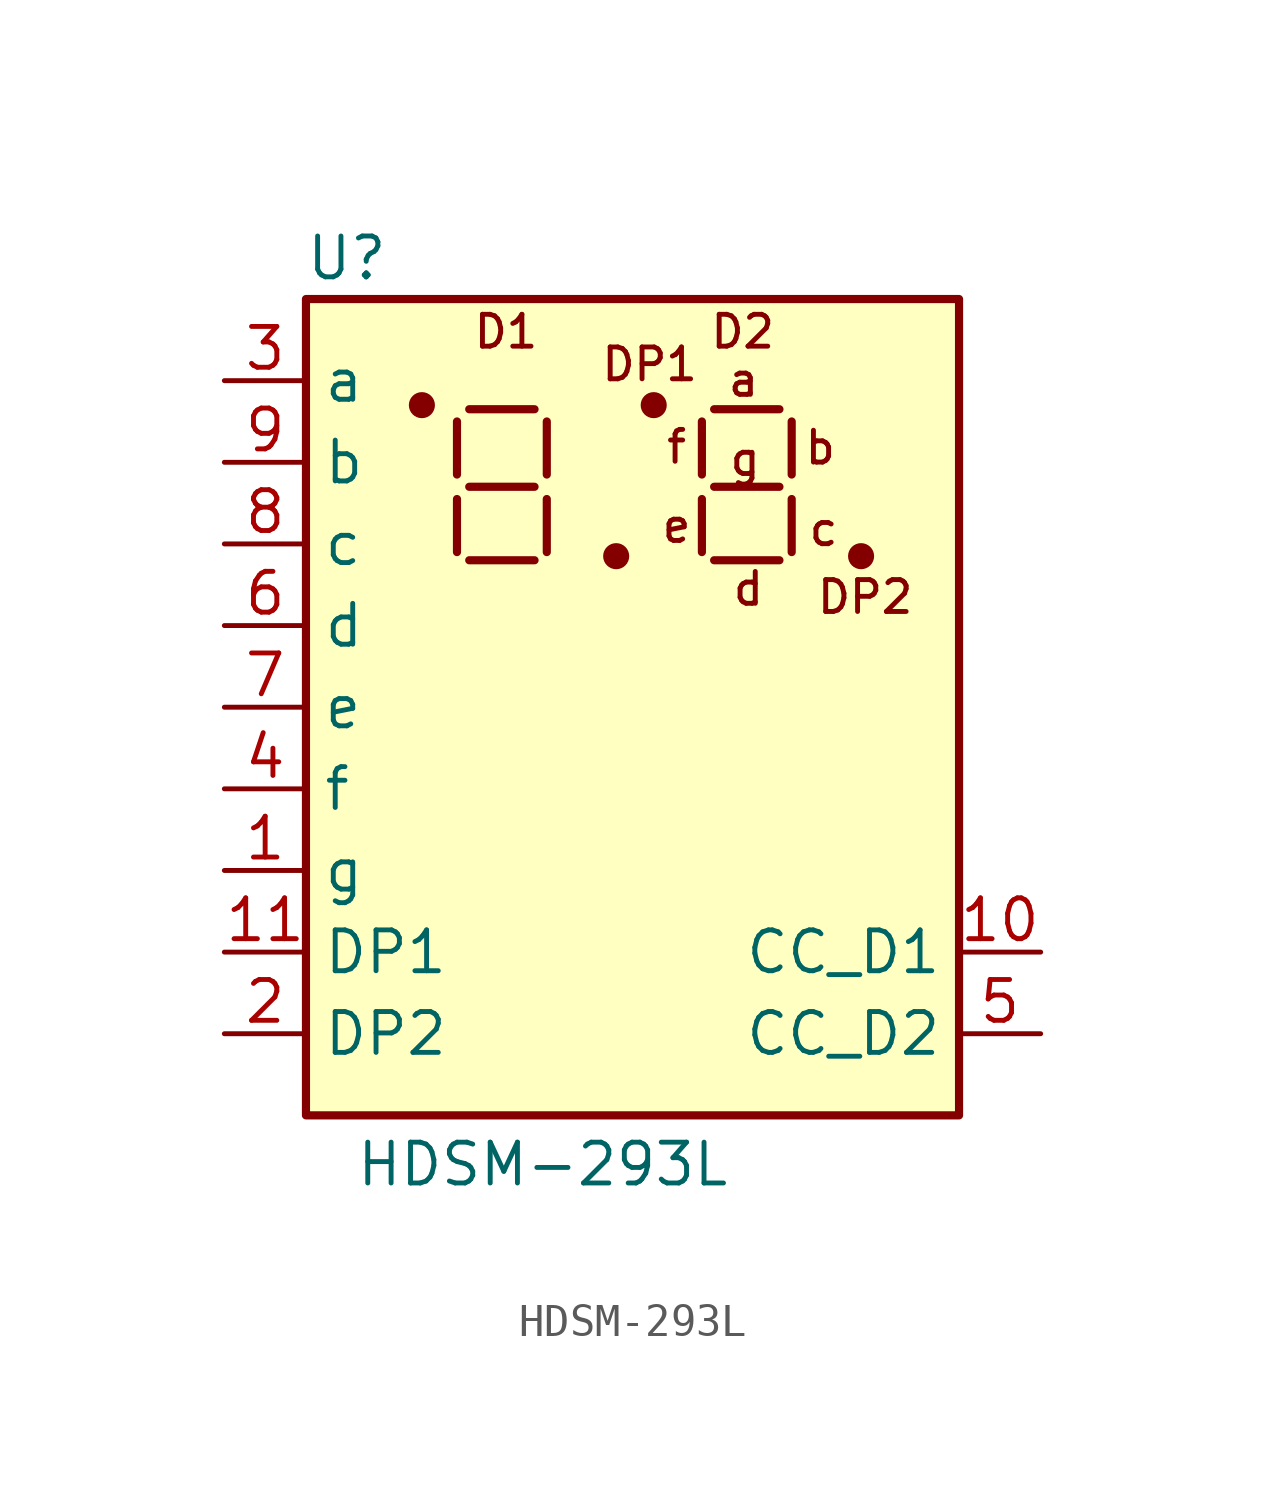
<source format=kicad_sym>
(kicad_symbol_lib
  (version 20211014)
  (generator kicad_symbol_editor)
  (symbol "HDSM-293L"
    (property "Reference" "U"
      (at -8.89 13.97 0)
      (effects (font (size 1.27 1.27))))
    (property "Value" "HDSM-293L"
      (at -2.794 -14.224 0)
      (effects (font (size 1.27 1.27))))
    (symbol "HDSM-293L_0_0"
      (text "a" (at 3.454 10.185 0) (effects (font (size 0.991 0.991))))
      (text "b" (at 5.842 8.077 0) (effects (font (size 0.991 0.991))))
      (text "c" (at 5.944 5.537 0) (effects (font (size 0.991 0.991))))
      (text "d" (at 3.607 3.683 0) (effects (font (size 0.991 0.991))))
      (text "D1" (at -3.937 11.684 0) (effects (font (size 0.991 0.991))))
      (text "D2" (at 3.429 11.684 0) (effects (font (size 0.991 0.991))))
      (text "DP1" (at 0.533 10.668 0) (effects (font (size 0.991 0.991))))
      (text "DP2" (at 7.239 3.429 0) (effects (font (size 0.991 0.991))))
      (text "e" (at 1.372 5.639 0) (effects (font (size 0.991 0.991))))
      (text "f" (at 1.372 8.103 0) (effects (font (size 0.991 0.991))))
      (text "g" (at 3.505 7.722 0) (effects (font (size 0.991 0.991)))))
    (symbol "HDSM-293L_0_1"
      (rectangle (start -10.16 12.7) (end 10.16 -12.7) (stroke (width 0.254) (type default) (color 0 0 0 0)) (fill (type background)))
      (circle (center -6.553 9.398) (radius 0.279) (stroke (width 0.254) (type default) (color 0 0 0 0)) (fill (type outline)))
      (circle (center -0.508 4.699) (radius 0.279) (stroke (width 0.254) (type default) (color 0 0 0 0)) (fill (type outline)))
      (polyline (pts (xy -5.461 4.826) (xy -5.461 6.477)) (stroke (width 0.254) (type default) (color 0 0 0 0)) (fill (type none)))
      (polyline (pts (xy -5.461 7.239) (xy -5.461 8.89)) (stroke (width 0.254) (type default) (color 0 0 0 0)) (fill (type none)))
      (polyline (pts (xy -5.08 4.572) (xy -3.048 4.572)) (stroke (width 0.254) (type default) (color 0 0 0 0)) (fill (type none)))
      (polyline (pts (xy -5.08 6.858) (xy -3.048 6.858)) (stroke (width 0.254) (type default) (color 0 0 0 0)) (fill (type none)))
      (polyline (pts (xy -5.08 9.271) (xy -3.048 9.271)) (stroke (width 0.254) (type default) (color 0 0 0 0)) (fill (type none)))
      (polyline (pts (xy -2.667 4.826) (xy -2.667 6.477)) (stroke (width 0.254) (type default) (color 0 0 0 0)) (fill (type none)))
      (polyline (pts (xy -2.667 7.239) (xy -2.667 8.89)) (stroke (width 0.254) (type default) (color 0 0 0 0)) (fill (type none)))
      (polyline (pts (xy 2.159 4.826) (xy 2.159 6.477)) (stroke (width 0.254) (type default) (color 0 0 0 0)) (fill (type none)))
      (polyline (pts (xy 2.159 7.239) (xy 2.159 8.89)) (stroke (width 0.254) (type default) (color 0 0 0 0)) (fill (type none)))
      (polyline (pts (xy 2.54 4.572) (xy 4.572 4.572)) (stroke (width 0.254) (type default) (color 0 0 0 0)) (fill (type none)))
      (polyline (pts (xy 2.54 6.858) (xy 4.572 6.858)) (stroke (width 0.254) (type default) (color 0 0 0 0)) (fill (type none)))
      (polyline (pts (xy 2.54 9.271) (xy 4.572 9.271)) (stroke (width 0.254) (type default) (color 0 0 0 0)) (fill (type none)))
      (polyline (pts (xy 4.953 4.826) (xy 4.953 6.477)) (stroke (width 0.254) (type default) (color 0 0 0 0)) (fill (type none)))
      (polyline (pts (xy 4.953 7.239) (xy 4.953 8.89)) (stroke (width 0.254) (type default) (color 0 0 0 0)) (fill (type none)))
      (circle (center 0.66 9.398) (radius 0.279) (stroke (width 0.254) (type default) (color 0 0 0 0)) (fill (type outline)))
      (circle (center 7.112 4.699) (radius 0.279) (stroke (width 0.254) (type default) (color 0 0 0 0)) (fill (type outline))))
    (symbol "HDSM-293L_1_1"
      (pin input line (at -12.7 -5.08 0) (length 2.54) (name "g" (effects (font (size 1.27 1.27)))) (number "1" (effects (font (size 1.27 1.27)))))
      (pin input line (at 12.7 -7.62 180) (length 2.54) (name "CC_D1" (effects (font (size 1.27 1.27)))) (number "10" (effects (font (size 1.27 1.27)))))
      (pin input line (at -12.7 -7.62 0) (length 2.54) (name "DP1" (effects (font (size 1.27 1.27)))) (number "11" (effects (font (size 1.27 1.27)))))
      (pin input line (at -12.7 -10.16 0) (length 2.54) (name "DP2" (effects (font (size 1.27 1.27)))) (number "2" (effects (font (size 1.27 1.27)))))
      (pin input line (at -12.7 10.16 0) (length 2.54) (name "a" (effects (font (size 1.27 1.27)))) (number "3" (effects (font (size 1.27 1.27)))))
      (pin input line (at -12.7 -2.54 0) (length 2.54) (name "f" (effects (font (size 1.27 1.27)))) (number "4" (effects (font (size 1.27 1.27)))))
      (pin input line (at 12.7 -10.16 180) (length 2.54) (name "CC_D2" (effects (font (size 1.27 1.27)))) (number "5" (effects (font (size 1.27 1.27)))))
      (pin input line (at -12.7 2.54 0) (length 2.54) (name "d" (effects (font (size 1.27 1.27)))) (number "6" (effects (font (size 1.27 1.27)))))
      (pin input line (at -12.7 0 0) (length 2.54) (name "e" (effects (font (size 1.27 1.27)))) (number "7" (effects (font (size 1.27 1.27)))))
      (pin input line (at -12.7 5.08 0) (length 2.54) (name "c" (effects (font (size 1.27 1.27)))) (number "8" (effects (font (size 1.27 1.27)))))
      (pin input line (at -12.7 7.62 0) (length 2.54) (name "b" (effects (font (size 1.27 1.27)))) (number "9" (effects (font (size 1.27 1.27))))))))
</source>
